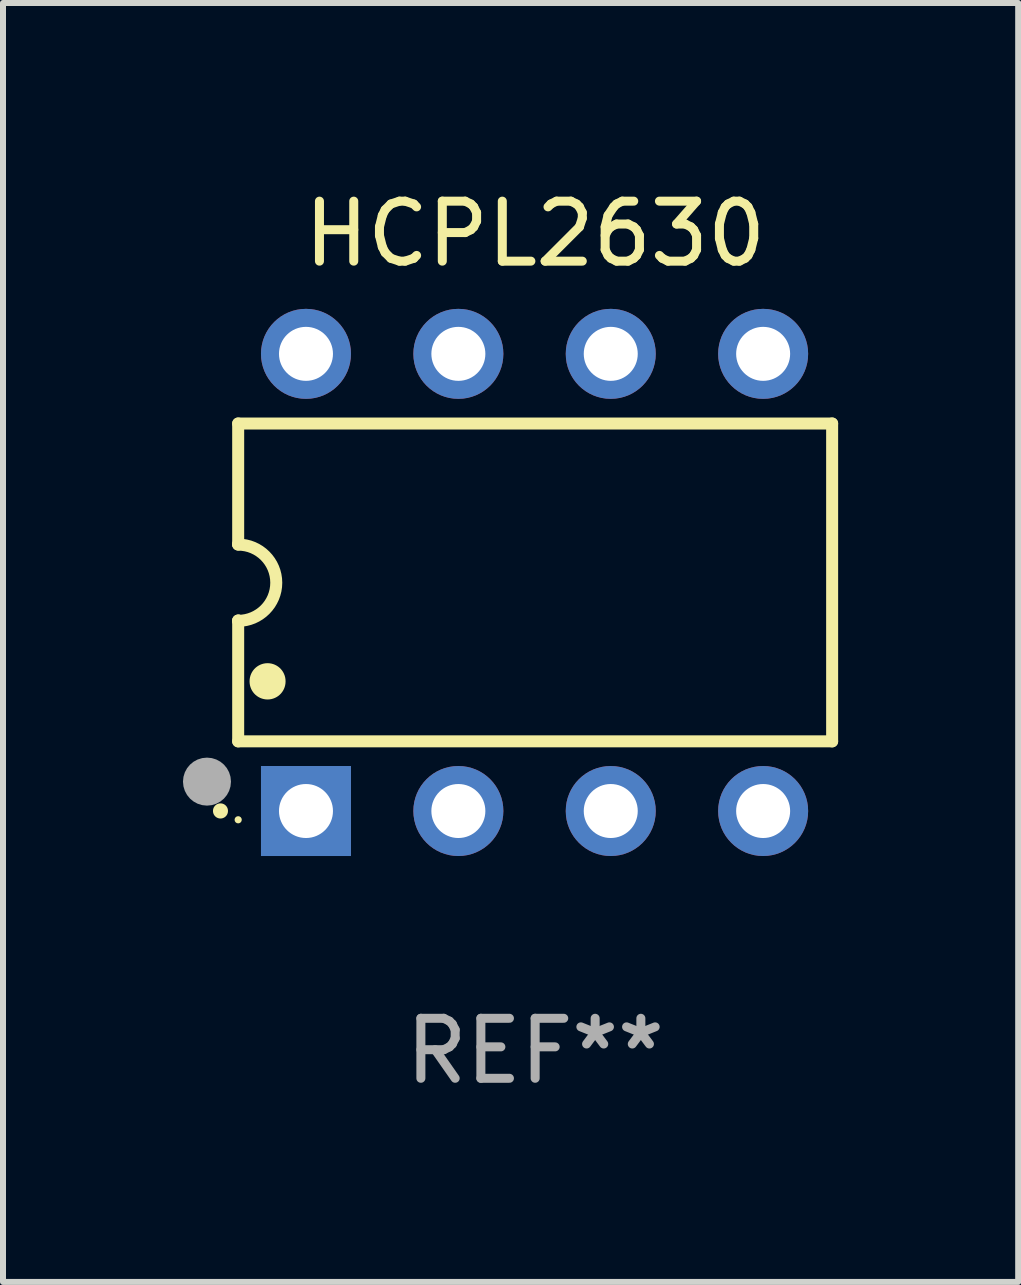
<source format=kicad_pcb>
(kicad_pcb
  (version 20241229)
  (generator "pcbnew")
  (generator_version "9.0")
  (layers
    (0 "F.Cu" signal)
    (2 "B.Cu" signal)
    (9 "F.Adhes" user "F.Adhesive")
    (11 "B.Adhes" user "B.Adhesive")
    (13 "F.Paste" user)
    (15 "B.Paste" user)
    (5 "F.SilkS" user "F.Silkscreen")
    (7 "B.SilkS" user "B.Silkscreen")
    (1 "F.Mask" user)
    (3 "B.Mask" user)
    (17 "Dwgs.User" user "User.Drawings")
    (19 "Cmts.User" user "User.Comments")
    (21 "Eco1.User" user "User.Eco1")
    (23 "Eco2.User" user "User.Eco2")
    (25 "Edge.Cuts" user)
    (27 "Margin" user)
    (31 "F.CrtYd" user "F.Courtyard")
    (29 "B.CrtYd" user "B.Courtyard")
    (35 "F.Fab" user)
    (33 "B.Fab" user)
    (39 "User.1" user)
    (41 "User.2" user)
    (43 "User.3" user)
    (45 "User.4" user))
  (footprint "HCPL2630"
    (layer "F.Cu")
    (at 5.87 6.658)
    (property "Reference" "HCPL2630" (at 0 -5.81 0) (layer "F.SilkS") (effects (font (size 1 1) (thickness 0.15))))
    (attr through_hole)
    (fp_line (start -4.95 -2.649) (end 4.95 -2.649) (stroke (width 0.2) (type solid)) (layer "F.SilkS"))
    (fp_line (start -4.95 -0.635) (end -4.95 -2.649) (stroke (width 0.2) (type solid)) (layer "F.SilkS"))
    (fp_line (start -4.95 0.635) (end -4.95 0.64) (stroke (width 0.2) (type solid)) (layer "F.SilkS"))
    (fp_line (start -4.95 2.649) (end -4.95 0.635) (stroke (width 0.2) (type solid)) (layer "F.SilkS"))
    (fp_line (start -4.95 -0.64) (end -4.95 -0.635) (stroke (width 0.2) (type solid)) (layer "F.SilkS"))
    (fp_line (start 4.95 -2.649) (end 4.95 2.649) (stroke (width 0.2) (type solid)) (layer "F.SilkS"))
    (fp_line (start 4.95 2.649) (end -4.95 2.649) (stroke (width 0.2) (type solid)) (layer "F.SilkS"))
    (fp_arc (start -5.24511 3.810008) (mid -5.245117 3.808738) (end -5.24511 3.807468) (stroke (width 0.25) (type solid)) (layer "F.SilkS"))
    (fp_arc (start -4.950165 -0.629997) (mid -4.315164 0.005004) (end -4.950165 0.640005) (stroke (width 0.2) (type solid)) (layer "F.SilkS"))
    (fp_arc (start -4.460249 1.651003) (mid -4.46026 1.648463) (end -4.460249 1.645923) (stroke (width 0.6) (type solid)) (layer "F.SilkS"))
    (fp_circle (center -4.95 3.956) (end -4.92 3.956) (stroke (width 0.06) (type solid)) (fill no) (layer "F.SilkS"))
    (fp_circle (center -5.47 3.32) (end -5.27 3.32) (stroke (width 0.4) (type solid)) (fill no) (layer "F.Fab"))
    (fp_text user "REF**" (at 0 7.81 0) (layer "F.Fab") (effects (font (size 1 1) (thickness 0.15))))
    (pad "1" thru_hole rect (at -3.82 3.81) (size 1.5 1.5) (drill 0.9) (layers "*.Cu" "*.Mask"))
    (pad "2" thru_hole circle (at -1.28 3.81) (size 1.5 1.5) (drill 0.9) (layers "*.Cu" "*.Mask"))
    (pad "3" thru_hole circle (at 1.26 3.81) (size 1.5 1.5) (drill 0.9) (layers "*.Cu" "*.Mask"))
    (pad "4" thru_hole circle (at 3.8 3.81) (size 1.5 1.5) (drill 0.9) (layers "*.Cu" "*.Mask"))
    (pad "5" thru_hole circle (at 3.8 -3.81) (size 1.5 1.5) (drill 0.9) (layers "*.Cu" "*.Mask"))
    (pad "6" thru_hole circle (at 1.26 -3.81) (size 1.5 1.5) (drill 0.9) (layers "*.Cu" "*.Mask"))
    (pad "7" thru_hole circle (at -1.28 -3.81) (size 1.5 1.5) (drill 0.9) (layers "*.Cu" "*.Mask"))
    (pad "8" thru_hole circle (at -3.82 -3.81) (size 1.5 1.5) (drill 0.9) (layers "*.Cu" "*.Mask")))
  (gr_rect
    (start -3 -3)
    (end 13.921 18.317)
    (stroke (width 0.1) (type default))
    (fill no)
    (layer "Edge.Cuts")))
</source>
